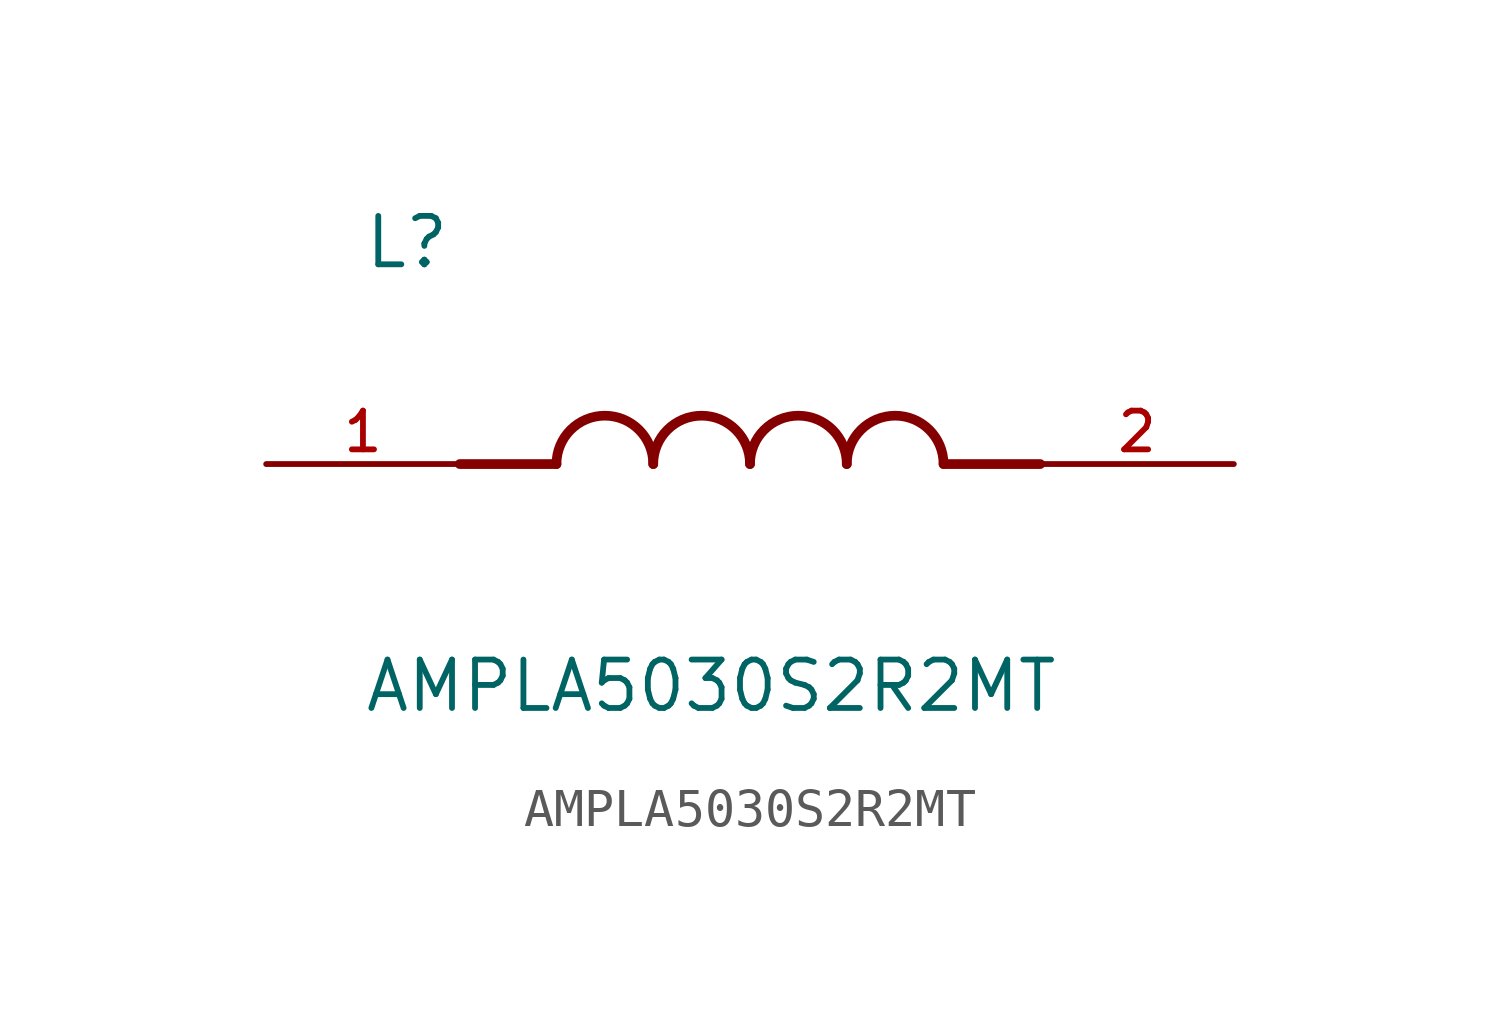
<source format=kicad_sym>
(kicad_symbol_lib
  (version 20211014)
  (generator kicad_symbol_editor)
  (symbol "AMPLA5030S2R2MT"
    (pin_names
      (offset 1.016))
    (property "Reference" "L"
      (at -10.16 5.08 0)
      (effects (font (size 1.27 1.27)) (justify bottom left)))
    (property "Value" "AMPLA5030S2R2MT"
      (at -10.16 -5.08 0)
      (effects (font (size 1.27 1.27)) (justify top left)))
    (symbol "AMPLA5030S2R2MT_0_0"
      (polyline (pts (xy -5.08 0.0) (xy -7.62 0.0)) (stroke (width 0.254)))
      (polyline (pts (xy 5.08 0.0) (xy 7.62 0.0)) (stroke (width 0.254)))
      (arc (start -2.54 0.0) (mid -3.81 1.27) (end -5.08 0.0) (stroke (width 0.254) (type default) (color 0 0 0 0)) (fill (type none)))
      (arc (start 0.0 0.0) (mid -1.27 1.27) (end -2.54 0.0) (stroke (width 0.254) (type default) (color 0 0 0 0)) (fill (type none)))
      (arc (start 2.54 0.0) (mid 1.27 1.27) (end 0.0 0.0) (stroke (width 0.254) (type default) (color 0 0 0 0)) (fill (type none)))
      (arc (start 5.08 0.0) (mid 3.81 1.27) (end 2.54 0.0) (stroke (width 0.254) (type default) (color 0 0 0 0)) (fill (type none)))
      (pin passive line (at -12.7 0.0 0) (length 5.08) (name "~" (effects (font (size 1.016 1.016)))) (number "1" (effects (font (size 1.016 1.016)))))
      (pin passive line (at 12.7 0.0 180.0) (length 5.08) (name "~" (effects (font (size 1.016 1.016)))) (number "2" (effects (font (size 1.016 1.016))))))))
</source>
